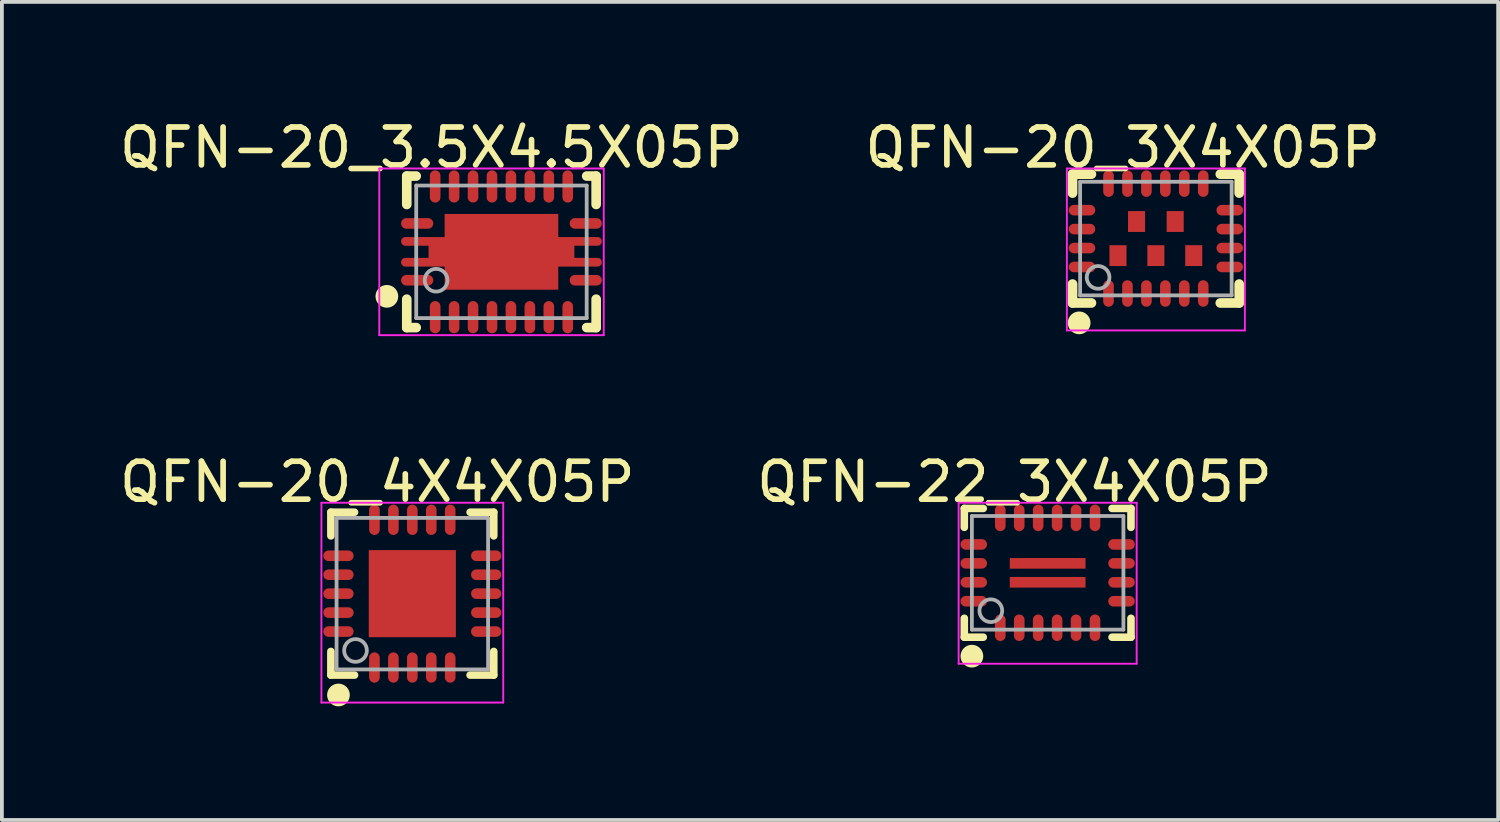
<source format=kicad_pcb>
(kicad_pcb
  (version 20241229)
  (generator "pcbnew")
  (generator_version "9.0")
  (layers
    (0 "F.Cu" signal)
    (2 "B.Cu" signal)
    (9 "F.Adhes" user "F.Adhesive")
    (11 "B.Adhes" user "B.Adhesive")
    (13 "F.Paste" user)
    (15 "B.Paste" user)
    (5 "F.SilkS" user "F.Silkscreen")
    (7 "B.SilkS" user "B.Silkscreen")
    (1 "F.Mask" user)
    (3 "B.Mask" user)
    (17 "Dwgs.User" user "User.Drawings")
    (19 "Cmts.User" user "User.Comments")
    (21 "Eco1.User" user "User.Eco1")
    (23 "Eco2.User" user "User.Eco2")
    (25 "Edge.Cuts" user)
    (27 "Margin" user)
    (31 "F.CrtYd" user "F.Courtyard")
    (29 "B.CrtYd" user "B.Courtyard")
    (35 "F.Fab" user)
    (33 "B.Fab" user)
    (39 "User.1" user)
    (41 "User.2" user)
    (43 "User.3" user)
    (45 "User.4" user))
  (footprint "QFN-20_3.5X4.5X05P"
    (layer "F.Cu")
    (at 10.188 3.598)
    (property "Reference" "QFN-20_3.5X4.5X05P" (at -1.849 -2.75 0) (layer "F.SilkS") (effects (font (size 1 1) (thickness 0.15))))
    (attr through_hole)
    (fp_line (start -2.5 -2) (end -2.25 -2) (stroke (width 0.254) (type solid)) (layer "F.SilkS"))
    (fp_line (start -2.5 -1.25) (end -2.5 -2) (stroke (width 0.254) (type solid)) (layer "F.SilkS"))
    (fp_line (start -2.5 2) (end -2.5 1.25) (stroke (width 0.254) (type solid)) (layer "F.SilkS"))
    (fp_line (start -2.5 2) (end -2.25 2) (stroke (width 0.254) (type solid)) (layer "F.SilkS"))
    (fp_line (start 2.25 -2) (end 2.5 -2) (stroke (width 0.254) (type solid)) (layer "F.SilkS"))
    (fp_line (start 2.25 2) (end 2.5 2) (stroke (width 0.254) (type solid)) (layer "F.SilkS"))
    (fp_line (start 2.5 -1.25) (end 2.5 -2) (stroke (width 0.254) (type solid)) (layer "F.SilkS"))
    (fp_line (start 2.5 2) (end 2.5 1.25) (stroke (width 0.254) (type solid)) (layer "F.SilkS"))
    (fp_circle (center -3.025 1.175) (end -2.875 1.175) (stroke (width 0.3) (type solid)) (fill no) (layer "F.SilkS"))
    (fp_line (start -3.225 -2.2) (end 2.7 -2.2) (stroke (width 0.05) (type solid)) (layer "F.CrtYd"))
    (fp_line (start -3.225 2.2) (end -3.225 -2.2) (stroke (width 0.05) (type solid)) (layer "F.CrtYd"))
    (fp_line (start 2.7 -2.2) (end 2.7 2.2) (stroke (width 0.05) (type solid)) (layer "F.CrtYd"))
    (fp_line (start 2.7 2.2) (end -3.225 2.2) (stroke (width 0.05) (type solid)) (layer "F.CrtYd"))
    (fp_line (start -2.25 -1.75) (end 2.25 -1.75) (stroke (width 0.1) (type solid)) (layer "F.Fab"))
    (fp_line (start -2.25 1.75) (end -2.25 -1.75) (stroke (width 0.1) (type solid)) (layer "F.Fab"))
    (fp_line (start -2.25 1.75) (end 2.25 1.75) (stroke (width 0.1) (type solid)) (layer "F.Fab"))
    (fp_line (start 2.25 1.75) (end 2.25 -1.75) (stroke (width 0.1) (type solid)) (layer "F.Fab"))
    (fp_circle (center -1.725 0.75) (end -1.425 0.75) (stroke (width 0.1) (type solid)) (fill no) (layer "F.Fab"))
    (pad "" smd oval (at -2 -0.275 270) (size 0.23 1.3) (layers "F.Cu" "F.Mask" "F.Paste"))
    (pad "" smd oval (at -2 0.275 270) (size 0.23 1.3) (layers "F.Cu" "F.Mask" "F.Paste"))
    (pad "" smd rect (at 0 0 270) (size 0.505 3.85) (layers "F.Cu" "F.Mask" "F.Paste"))
    (pad "" smd oval (at 2 -0.275 90) (size 0.23 1.3) (layers "F.Cu" "F.Mask" "F.Paste"))
    (pad "" smd oval (at 2 0.275 90) (size 0.23 1.3) (layers "F.Cu" "F.Mask" "F.Paste"))
    (pad "0" smd rect (at 0 0) (size 3 2) (layers "F.Cu" "F.Mask" "F.Paste"))
    (pad "1" smd oval (at -2.225 0.75 270) (size 0.28 0.85) (layers "F.Cu" "F.Mask" "F.Paste"))
    (pad "2" smd oval (at -1.75 1.725) (size 0.28 0.85) (layers "F.Cu" "F.Mask" "F.Paste"))
    (pad "3" smd oval (at -1.25 1.725) (size 0.28 0.85) (layers "F.Cu" "F.Mask" "F.Paste"))
    (pad "4" smd oval (at -0.75 1.725) (size 0.28 0.85) (layers "F.Cu" "F.Mask" "F.Paste"))
    (pad "5" smd oval (at -0.25 1.725) (size 0.28 0.85) (layers "F.Cu" "F.Mask" "F.Paste"))
    (pad "6" smd oval (at 0.25 1.725) (size 0.28 0.85) (layers "F.Cu" "F.Mask" "F.Paste"))
    (pad "7" smd oval (at 0.75 1.725) (size 0.28 0.85) (layers "F.Cu" "F.Mask" "F.Paste"))
    (pad "8" smd oval (at 1.25 1.725) (size 0.28 0.85) (layers "F.Cu" "F.Mask" "F.Paste"))
    (pad "9" smd oval (at 1.75 1.725) (size 0.28 0.85) (layers "F.Cu" "F.Mask" "F.Paste"))
    (pad "10" smd oval (at 2.225 0.75 90) (size 0.28 0.85) (layers "F.Cu" "F.Mask" "F.Paste"))
    (pad "11" smd oval (at 2.225 -0.75 90) (size 0.28 0.85) (layers "F.Cu" "F.Mask" "F.Paste"))
    (pad "12" smd oval (at 1.75 -1.725 180) (size 0.28 0.85) (layers "F.Cu" "F.Mask" "F.Paste"))
    (pad "13" smd oval (at 1.25 -1.725 180) (size 0.28 0.85) (layers "F.Cu" "F.Mask" "F.Paste"))
    (pad "14" smd oval (at 0.75 -1.725 180) (size 0.28 0.85) (layers "F.Cu" "F.Mask" "F.Paste"))
    (pad "15" smd oval (at 0.25 -1.725 180) (size 0.28 0.85) (layers "F.Cu" "F.Mask" "F.Paste"))
    (pad "16" smd oval (at -0.25 -1.725 180) (size 0.28 0.85) (layers "F.Cu" "F.Mask" "F.Paste"))
    (pad "17" smd oval (at -0.75 -1.725 180) (size 0.28 0.85) (layers "F.Cu" "F.Mask" "F.Paste"))
    (pad "18" smd oval (at -1.25 -1.725 180) (size 0.28 0.85) (layers "F.Cu" "F.Mask" "F.Paste"))
    (pad "19" smd oval (at -1.75 -1.725 180) (size 0.28 0.85) (layers "F.Cu" "F.Mask" "F.Paste"))
    (pad "20" smd oval (at -2.225 -0.75 270) (size 0.28 0.85) (layers "F.Cu" "F.Mask" "F.Paste")))
  (footprint "QFN-20_4X4X05P"
    (layer "F.Cu")
    (at 7.835 12.622)
    (property "Reference" "QFN-20_4X4X05P" (at -0.924 -2.95 0) (layer "F.SilkS") (effects (font (size 1 1) (thickness 0.15))))
    (attr through_hole)
    (fp_line (start -2.15 -2.15) (end -1.525 -2.15) (stroke (width 0.2) (type solid)) (layer "F.SilkS"))
    (fp_line (start -2.15 -1.525) (end -2.15 -2.15) (stroke (width 0.2) (type solid)) (layer "F.SilkS"))
    (fp_line (start -2.15 2.15) (end -2.15 1.525) (stroke (width 0.2) (type solid)) (layer "F.SilkS"))
    (fp_line (start -2.15 2.15) (end -1.525 2.15) (stroke (width 0.2) (type solid)) (layer "F.SilkS"))
    (fp_line (start 1.525 -2.15) (end 2.15 -2.15) (stroke (width 0.2) (type solid)) (layer "F.SilkS"))
    (fp_line (start 1.525 2.15) (end 2.15 2.15) (stroke (width 0.2) (type solid)) (layer "F.SilkS"))
    (fp_line (start 2.15 -1.525) (end 2.15 -2.15) (stroke (width 0.2) (type solid)) (layer "F.SilkS"))
    (fp_line (start 2.15 2.15) (end 2.15 1.525) (stroke (width 0.2) (type solid)) (layer "F.SilkS"))
    (fp_circle (center -1.95 2.675) (end -1.8 2.675) (stroke (width 0.3) (type solid)) (fill no) (layer "F.SilkS"))
    (fp_line (start -2.4 -2.4) (end 2.4 -2.4) (stroke (width 0.05) (type solid)) (layer "F.CrtYd"))
    (fp_line (start -2.4 2.875) (end -2.4 -2.4) (stroke (width 0.05) (type solid)) (layer "F.CrtYd"))
    (fp_line (start 2.4 -2.4) (end 2.4 2.875) (stroke (width 0.05) (type solid)) (layer "F.CrtYd"))
    (fp_line (start 2.4 2.875) (end -2.4 2.875) (stroke (width 0.05) (type solid)) (layer "F.CrtYd"))
    (fp_line (start -2 -2) (end 2 -2) (stroke (width 0.1) (type solid)) (layer "F.Fab"))
    (fp_line (start -2 2) (end -2 -2) (stroke (width 0.1) (type solid)) (layer "F.Fab"))
    (fp_line (start -2 2) (end 2 2) (stroke (width 0.1) (type solid)) (layer "F.Fab"))
    (fp_line (start 2 2) (end 2 -2) (stroke (width 0.1) (type solid)) (layer "F.Fab"))
    (fp_circle (center -1.5 1.5) (end -1.2 1.5) (stroke (width 0.1) (type solid)) (fill no) (layer "F.Fab"))
    (pad "0" smd rect (at 0 0 90) (size 2.3 2.3) (layers "F.Cu" "F.Mask" "F.Paste"))
    (pad "1" smd oval (at -1 1.95 180) (size 0.28 0.8) (layers "F.Cu" "F.Mask" "F.Paste"))
    (pad "2" smd oval (at -0.5 1.95 180) (size 0.28 0.8) (layers "F.Cu" "F.Mask" "F.Paste"))
    (pad "3" smd oval (at 0 1.95 180) (size 0.28 0.8) (layers "F.Cu" "F.Mask" "F.Paste"))
    (pad "4" smd oval (at 0.5 1.95 180) (size 0.28 0.8) (layers "F.Cu" "F.Mask" "F.Paste"))
    (pad "5" smd oval (at 1 1.95 180) (size 0.28 0.8) (layers "F.Cu" "F.Mask" "F.Paste"))
    (pad "6" smd oval (at 1.95 1 90) (size 0.28 0.8) (layers "F.Cu" "F.Mask" "F.Paste"))
    (pad "7" smd oval (at 1.95 0.5 90) (size 0.28 0.8) (layers "F.Cu" "F.Mask" "F.Paste"))
    (pad "8" smd oval (at 1.95 0 90) (size 0.28 0.8) (layers "F.Cu" "F.Mask" "F.Paste"))
    (pad "9" smd oval (at 1.95 -0.5 90) (size 0.28 0.8) (layers "F.Cu" "F.Mask" "F.Paste"))
    (pad "10" smd oval (at 1.95 -1 90) (size 0.28 0.8) (layers "F.Cu" "F.Mask" "F.Paste"))
    (pad "11" smd oval (at 1 -1.95 180) (size 0.28 0.8) (layers "F.Cu" "F.Mask" "F.Paste"))
    (pad "12" smd oval (at 0.5 -1.95 180) (size 0.28 0.8) (layers "F.Cu" "F.Mask" "F.Paste"))
    (pad "13" smd oval (at 0 -1.95 180) (size 0.28 0.8) (layers "F.Cu" "F.Mask" "F.Paste"))
    (pad "14" smd oval (at -0.5 -1.95 180) (size 0.28 0.8) (layers "F.Cu" "F.Mask" "F.Paste"))
    (pad "15" smd oval (at -1 -1.95 180) (size 0.28 0.8) (layers "F.Cu" "F.Mask" "F.Paste"))
    (pad "16" smd oval (at -1.95 -1 90) (size 0.28 0.8) (layers "F.Cu" "F.Mask" "F.Paste"))
    (pad "17" smd oval (at -1.95 -0.5 90) (size 0.28 0.8) (layers "F.Cu" "F.Mask" "F.Paste"))
    (pad "18" smd oval (at -1.95 0 90) (size 0.28 0.8) (layers "F.Cu" "F.Mask" "F.Paste"))
    (pad "19" smd oval (at -1.95 0.5 90) (size 0.28 0.8) (layers "F.Cu" "F.Mask" "F.Paste"))
    (pad "20" smd oval (at -1.95 1 90) (size 0.28 0.8) (layers "F.Cu" "F.Mask" "F.Paste")))
  (footprint "QFN-22_3X4X05P"
    (layer "F.Cu")
    (at 24.607 12.072)
    (property "Reference" "QFN-22_3X4X05P" (at -0.874 -2.4 0) (layer "F.SilkS") (effects (font (size 1 1) (thickness 0.15))))
    (attr through_hole)
    (fp_line (start -2.2 -1.7) (end -1.7 -1.7) (stroke (width 0.2) (type solid)) (layer "F.SilkS"))
    (fp_line (start -2.2 -1.2) (end -2.2 -1.7) (stroke (width 0.2) (type solid)) (layer "F.SilkS"))
    (fp_line (start -2.2 1.7) (end -2.2 1.2) (stroke (width 0.2) (type solid)) (layer "F.SilkS"))
    (fp_line (start -2.2 1.7) (end -1.7 1.7) (stroke (width 0.2) (type solid)) (layer "F.SilkS"))
    (fp_line (start 1.7 -1.7) (end 2.2 -1.7) (stroke (width 0.2) (type solid)) (layer "F.SilkS"))
    (fp_line (start 1.7 1.7) (end 2.2 1.7) (stroke (width 0.2) (type solid)) (layer "F.SilkS"))
    (fp_line (start 2.2 -1.2) (end 2.2 -1.7) (stroke (width 0.2) (type solid)) (layer "F.SilkS"))
    (fp_line (start 2.2 1.7) (end 2.2 1.2) (stroke (width 0.2) (type solid)) (layer "F.SilkS"))
    (fp_circle (center -2 2.2) (end -1.85 2.2) (stroke (width 0.3) (type solid)) (fill no) (layer "F.SilkS"))
    (fp_line (start -2.35 -1.85) (end 2.35 -1.85) (stroke (width 0.05) (type solid)) (layer "F.CrtYd"))
    (fp_line (start -2.35 2.4) (end -2.35 -1.85) (stroke (width 0.05) (type solid)) (layer "F.CrtYd"))
    (fp_line (start 2.35 -1.85) (end 2.35 2.4) (stroke (width 0.05) (type solid)) (layer "F.CrtYd"))
    (fp_line (start 2.35 2.4) (end -2.35 2.4) (stroke (width 0.05) (type solid)) (layer "F.CrtYd"))
    (fp_line (start -2 -1.5) (end 2 -1.5) (stroke (width 0.1) (type solid)) (layer "F.Fab"))
    (fp_line (start -2 1.5) (end -2 -1.5) (stroke (width 0.1) (type solid)) (layer "F.Fab"))
    (fp_line (start -2 1.5) (end 2 1.5) (stroke (width 0.1) (type solid)) (layer "F.Fab"))
    (fp_line (start 2 1.5) (end 2 -1.5) (stroke (width 0.1) (type solid)) (layer "F.Fab"))
    (fp_circle (center -1.5 1) (end -1.2 1) (stroke (width 0.1) (type solid)) (fill no) (layer "F.Fab"))
    (pad "1" smd oval (at -1.25 1.45) (size 0.28 0.7) (layers "F.Cu" "F.Mask" "F.Paste"))
    (pad "2" smd oval (at -0.75 1.45) (size 0.28 0.7) (layers "F.Cu" "F.Mask" "F.Paste"))
    (pad "3" smd oval (at -0.25 1.45) (size 0.28 0.7) (layers "F.Cu" "F.Mask" "F.Paste"))
    (pad "4" smd oval (at 0.25 1.45) (size 0.28 0.7) (layers "F.Cu" "F.Mask" "F.Paste"))
    (pad "5" smd oval (at 0.75 1.45) (size 0.28 0.7) (layers "F.Cu" "F.Mask" "F.Paste"))
    (pad "6" smd oval (at 1.25 1.45) (size 0.28 0.7) (layers "F.Cu" "F.Mask" "F.Paste"))
    (pad "7" smd oval (at 1.95 0.75 90) (size 0.28 0.7) (layers "F.Cu" "F.Mask" "F.Paste"))
    (pad "8" smd oval (at 1.95 0.25 90) (size 0.28 0.7) (layers "F.Cu" "F.Mask" "F.Paste"))
    (pad "9" smd oval (at 1.95 -0.25 90) (size 0.28 0.7) (layers "F.Cu" "F.Mask" "F.Paste"))
    (pad "10" smd oval (at 1.95 -0.75 90) (size 0.28 0.7) (layers "F.Cu" "F.Mask" "F.Paste"))
    (pad "11" smd oval (at 1.25 -1.45 180) (size 0.28 0.7) (layers "F.Cu" "F.Mask" "F.Paste"))
    (pad "12" smd oval (at 0.75 -1.45 180) (size 0.28 0.7) (layers "F.Cu" "F.Mask" "F.Paste"))
    (pad "13" smd oval (at 0.25 -1.45 180) (size 0.28 0.7) (layers "F.Cu" "F.Mask" "F.Paste"))
    (pad "14" smd oval (at -0.25 -1.45 180) (size 0.28 0.7) (layers "F.Cu" "F.Mask" "F.Paste"))
    (pad "15" smd oval (at -0.75 -1.45 180) (size 0.28 0.7) (layers "F.Cu" "F.Mask" "F.Paste"))
    (pad "16" smd oval (at -1.25 -1.45 180) (size 0.28 0.7) (layers "F.Cu" "F.Mask" "F.Paste"))
    (pad "17" smd oval (at -1.95 -0.75 270) (size 0.28 0.7) (layers "F.Cu" "F.Mask" "F.Paste"))
    (pad "18" smd oval (at -1.95 -0.25 270) (size 0.28 0.7) (layers "F.Cu" "F.Mask" "F.Paste"))
    (pad "19" smd oval (at -1.95 0.25 270) (size 0.28 0.7) (layers "F.Cu" "F.Mask" "F.Paste"))
    (pad "20" smd oval (at -1.95 0.75 270) (size 0.28 0.7) (layers "F.Cu" "F.Mask" "F.Paste"))
    (pad "21" smd rect (at 0 0.25 270) (size 0.28 2) (layers "F.Cu" "F.Mask" "F.Paste"))
    (pad "22" smd rect (at 0 -0.25 270) (size 0.28 2) (layers "F.Cu" "F.Mask" "F.Paste")))
  (footprint "QFN-20_3X4X05P"
    (layer "F.Cu")
    (at 27.464 3.248)
    (property "Reference" "QFN-20_3X4X05P" (at -0.874 -2.4 0) (layer "F.SilkS") (effects (font (size 1 1) (thickness 0.15))))
    (attr through_hole)
    (fp_line (start -2.2 -1.7) (end -1.7 -1.7) (stroke (width 0.254) (type solid)) (layer "F.SilkS"))
    (fp_line (start -2.2 -1.2) (end -2.2 -1.7) (stroke (width 0.254) (type solid)) (layer "F.SilkS"))
    (fp_line (start -2.2 1.7) (end -2.2 1.2) (stroke (width 0.254) (type solid)) (layer "F.SilkS"))
    (fp_line (start -2.2 1.7) (end -1.7 1.7) (stroke (width 0.254) (type solid)) (layer "F.SilkS"))
    (fp_line (start 1.7 -1.7) (end 2.2 -1.7) (stroke (width 0.254) (type solid)) (layer "F.SilkS"))
    (fp_line (start 1.7 1.7) (end 2.2 1.7) (stroke (width 0.254) (type solid)) (layer "F.SilkS"))
    (fp_line (start 2.2 -1.2) (end 2.2 -1.7) (stroke (width 0.254) (type solid)) (layer "F.SilkS"))
    (fp_line (start 2.2 1.7) (end 2.2 1.2) (stroke (width 0.254) (type solid)) (layer "F.SilkS"))
    (fp_circle (center -2.025 2.225) (end -1.875 2.225) (stroke (width 0.3) (type solid)) (fill no) (layer "F.SilkS"))
    (fp_line (start -2.35 -1.85) (end 2.35 -1.85) (stroke (width 0.05) (type solid)) (layer "F.CrtYd"))
    (fp_line (start -2.35 2.425) (end -2.35 -1.85) (stroke (width 0.05) (type solid)) (layer "F.CrtYd"))
    (fp_line (start 2.35 -1.85) (end 2.35 2.425) (stroke (width 0.05) (type solid)) (layer "F.CrtYd"))
    (fp_line (start 2.35 2.425) (end -2.35 2.425) (stroke (width 0.05) (type solid)) (layer "F.CrtYd"))
    (fp_line (start -2 -1.5) (end 2 -1.5) (stroke (width 0.1) (type solid)) (layer "F.Fab"))
    (fp_line (start -2 1.5) (end -2 -1.5) (stroke (width 0.1) (type solid)) (layer "F.Fab"))
    (fp_line (start -2 1.5) (end 2 1.5) (stroke (width 0.1) (type solid)) (layer "F.Fab"))
    (fp_line (start 2 1.5) (end 2 -1.5) (stroke (width 0.1) (type solid)) (layer "F.Fab"))
    (fp_circle (center -1.525 1.025) (end -1.225 1.025) (stroke (width 0.1) (type solid)) (fill no) (layer "F.Fab"))
    (pad "1" smd oval (at -1.25 1.45 180) (size 0.28 0.7) (layers "F.Cu" "F.Mask" "F.Paste"))
    (pad "2" smd oval (at -0.75 1.45 180) (size 0.28 0.7) (layers "F.Cu" "F.Mask" "F.Paste"))
    (pad "3" smd oval (at -0.25 1.45 180) (size 0.28 0.7) (layers "F.Cu" "F.Mask" "F.Paste"))
    (pad "4" smd oval (at 0.25 1.45 180) (size 0.28 0.7) (layers "F.Cu" "F.Mask" "F.Paste"))
    (pad "5" smd oval (at 0.75 1.45 180) (size 0.28 0.7) (layers "F.Cu" "F.Mask" "F.Paste"))
    (pad "6" smd oval (at 1.25 1.45 180) (size 0.28 0.7) (layers "F.Cu" "F.Mask" "F.Paste"))
    (pad "7" smd oval (at 1.95 0.75 270) (size 0.28 0.7) (layers "F.Cu" "F.Mask" "F.Paste"))
    (pad "8" smd oval (at 1.95 0.25 270) (size 0.28 0.7) (layers "F.Cu" "F.Mask" "F.Paste"))
    (pad "9" smd oval (at 1.95 -0.25 270) (size 0.28 0.7) (layers "F.Cu" "F.Mask" "F.Paste"))
    (pad "10" smd oval (at 1.95 -0.75 270) (size 0.28 0.7) (layers "F.Cu" "F.Mask" "F.Paste"))
    (pad "11" smd oval (at 1.25 -1.45) (size 0.28 0.7) (layers "F.Cu" "F.Mask" "F.Paste"))
    (pad "12" smd oval (at 0.75 -1.45) (size 0.28 0.7) (layers "F.Cu" "F.Mask" "F.Paste"))
    (pad "13" smd oval (at 0.25 -1.45) (size 0.28 0.7) (layers "F.Cu" "F.Mask" "F.Paste"))
    (pad "14" smd oval (at -0.25 -1.45) (size 0.28 0.7) (layers "F.Cu" "F.Mask" "F.Paste"))
    (pad "15" smd oval (at -0.75 -1.45) (size 0.28 0.7) (layers "F.Cu" "F.Mask" "F.Paste"))
    (pad "16" smd oval (at -1.25 -1.45) (size 0.28 0.7) (layers "F.Cu" "F.Mask" "F.Paste"))
    (pad "17" smd oval (at -1.95 -0.75 90) (size 0.28 0.7) (layers "F.Cu" "F.Mask" "F.Paste"))
    (pad "18" smd oval (at -1.95 -0.25 90) (size 0.28 0.7) (layers "F.Cu" "F.Mask" "F.Paste"))
    (pad "19" smd oval (at -1.95 0.25 90) (size 0.28 0.7) (layers "F.Cu" "F.Mask" "F.Paste"))
    (pad "20" smd oval (at -1.95 0.75 90) (size 0.28 0.7) (layers "F.Cu" "F.Mask" "F.Paste"))
    (pad "21" smd rect (at -1 0.45 90) (size 0.55 0.45) (layers "F.Cu" "F.Mask" "F.Paste"))
    (pad "22" smd rect (at 0 0.45 90) (size 0.55 0.45) (layers "F.Cu" "F.Mask" "F.Paste"))
    (pad "23" smd rect (at 1 0.45 90) (size 0.55 0.45) (layers "F.Cu" "F.Mask" "F.Paste"))
    (pad "24" smd rect (at -0.51 -0.45 90) (size 0.55 0.45) (layers "F.Cu" "F.Mask" "F.Paste"))
    (pad "25" smd rect (at 0.51 -0.45 90) (size 0.55 0.45) (layers "F.Cu" "F.Mask" "F.Paste")))
  (gr_rect
    (start -3 -3)
    (end 36.5 18.597)
    (stroke (width 0.1) (type default))
    (fill no)
    (layer "Edge.Cuts")))
</source>
